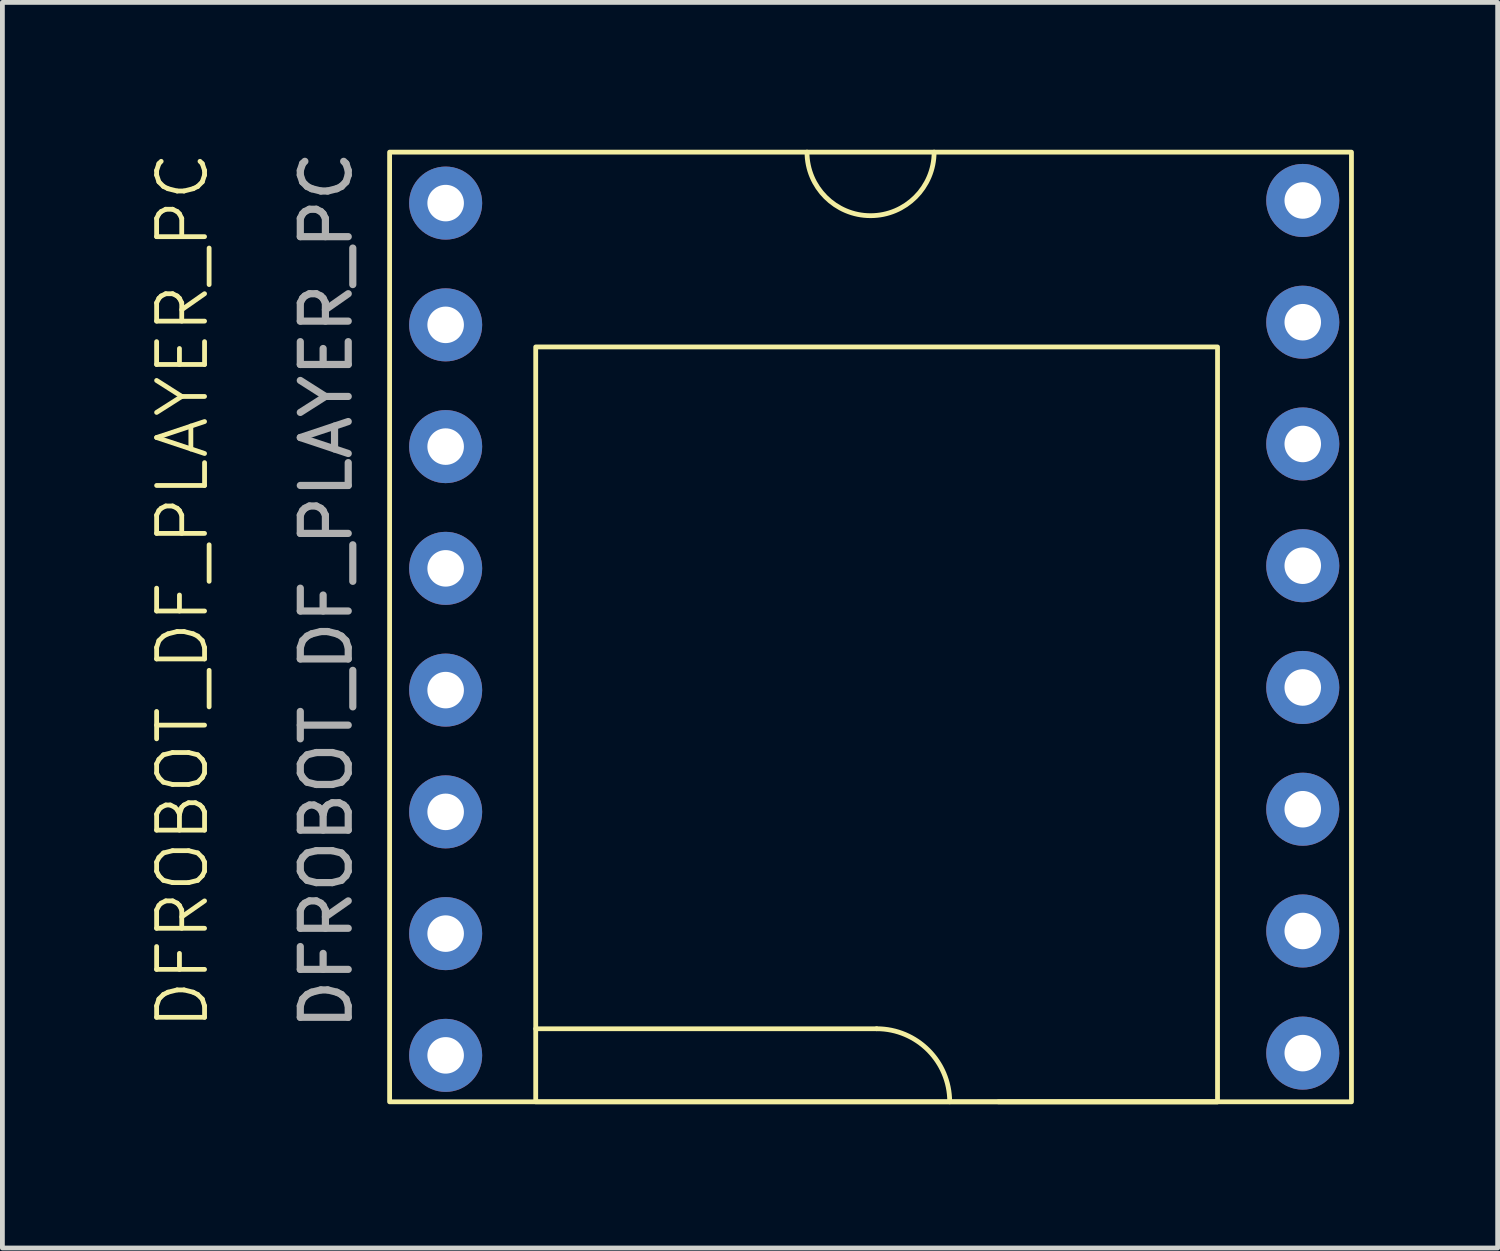
<source format=kicad_pcb>
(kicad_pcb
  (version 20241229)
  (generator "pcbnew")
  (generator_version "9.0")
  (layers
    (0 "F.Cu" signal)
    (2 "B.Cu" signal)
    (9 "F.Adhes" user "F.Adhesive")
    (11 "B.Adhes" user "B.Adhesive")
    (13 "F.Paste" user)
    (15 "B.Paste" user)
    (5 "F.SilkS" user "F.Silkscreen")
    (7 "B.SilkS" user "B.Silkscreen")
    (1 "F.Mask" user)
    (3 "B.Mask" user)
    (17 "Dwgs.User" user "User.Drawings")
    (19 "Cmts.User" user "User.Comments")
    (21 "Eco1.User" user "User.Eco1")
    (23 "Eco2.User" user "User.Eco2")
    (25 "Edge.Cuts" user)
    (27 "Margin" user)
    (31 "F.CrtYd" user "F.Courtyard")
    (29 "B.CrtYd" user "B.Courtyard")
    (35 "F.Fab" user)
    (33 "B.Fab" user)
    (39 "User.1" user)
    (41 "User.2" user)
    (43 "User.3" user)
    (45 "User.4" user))
  (footprint "DFROBOT_DF_PLAYER_PC"
    (layer "F.Cu")
    (at 15.086 10.026)
    (property "Reference" "DFROBOT_DF_PLAYER_PC" (at -14.326 -0.758 90) (unlocked yes) (layer "F.SilkS") (effects (font (size 1 1) (thickness 0.1))))
    (attr through_hole)
    (fp_line (start 0.152 8.386) (end -6.96 8.386) (stroke (width 0.1) (type default)) (layer "F.SilkS"))
    (fp_line (start 7.264 9.91) (end 2.692 9.91) (stroke (width 0.1) (type default)) (layer "F.SilkS"))
    (fp_arc (start 0.1524 8.38561) (mid 1.230031 8.831979) (end 1.6764 9.909611) (stroke (width 0.1) (type default)) (layer "F.SilkS"))
    (fp_arc (start 1.351319 -9.902389) (mid 0.025399 -8.57647) (end -1.300518 -9.90239) (stroke (width 0.1) (type default)) (layer "F.SilkS"))
    (fp_poly (pts (xy -10.008 9.91) (xy -10.008 -9.902) (xy 10.058 -9.902) (xy 10.058 9.91)) (stroke (width 0.1) (type default)) (fill no) (layer "F.SilkS"))
    (fp_poly (pts (xy -6.96 9.91) (xy -6.96 -5.838) (xy 7.264 -5.838) (xy 7.264 9.91)) (stroke (width 0.1) (type default)) (fill no) (layer "F.SilkS"))
    (fp_text user "${REFERENCE}" (at -11.326 -0.758 90) (unlocked yes) (layer "F.Fab") (effects (font (size 1 1) (thickness 0.15))))
    (pad "1" thru_hole circle (at -8.839 -8.839 270) (size 1.524 1.524) (drill 0.762) (layers "*.Cu" "*.Mask"))
    (pad "2" thru_hole circle (at -8.839 -6.299 270) (size 1.524 1.524) (drill 0.762) (layers "*.Cu" "*.Mask"))
    (pad "3" thru_hole circle (at -8.839 -3.759 270) (size 1.524 1.524) (drill 0.762) (layers "*.Cu" "*.Mask"))
    (pad "4" thru_hole circle (at -8.839 -1.219 270) (size 1.524 1.524) (drill 0.762) (layers "*.Cu" "*.Mask"))
    (pad "5" thru_hole circle (at -8.839 1.321 270) (size 1.524 1.524) (drill 0.762) (layers "*.Cu" "*.Mask"))
    (pad "6" thru_hole circle (at -8.839 3.861 270) (size 1.524 1.524) (drill 0.762) (layers "*.Cu" "*.Mask"))
    (pad "7" thru_hole circle (at -8.839 6.401 270) (size 1.524 1.524) (drill 0.762) (layers "*.Cu" "*.Mask"))
    (pad "8" thru_hole circle (at -8.839 8.941 270) (size 1.524 1.524) (drill 0.762) (layers "*.Cu" "*.Mask"))
    (pad "9" thru_hole circle (at 9.042 8.894 270) (size 1.524 1.524) (drill 0.762) (layers "*.Cu" "*.Mask"))
    (pad "10" thru_hole circle (at 9.042 6.346 90) (size 1.524 1.524) (drill 0.762) (layers "*.Cu" "*.Mask"))
    (pad "11" thru_hole circle (at 9.042 3.806 90) (size 1.524 1.524) (drill 0.762) (layers "*.Cu" "*.Mask"))
    (pad "12" thru_hole circle (at 9.042 1.266 90) (size 1.524 1.524) (drill 0.762) (layers "*.Cu" "*.Mask"))
    (pad "13" thru_hole circle (at 9.042 -1.274 90) (size 1.524 1.524) (drill 0.762) (layers "*.Cu" "*.Mask"))
    (pad "14" thru_hole circle (at 9.042 -3.814 90) (size 1.524 1.524) (drill 0.762) (layers "*.Cu" "*.Mask"))
    (pad "15" thru_hole circle (at 9.042 -6.354 90) (size 1.524 1.524) (drill 0.762) (layers "*.Cu" "*.Mask"))
    (pad "16" thru_hole circle (at 9.042 -8.894 270) (size 1.524 1.524) (drill 0.762) (layers "*.Cu" "*.Mask")))
  (gr_rect
    (start -3 -3)
    (end 28.194 22.986)
    (stroke (width 0.1) (type default))
    (fill no)
    (layer "Edge.Cuts")))
</source>
